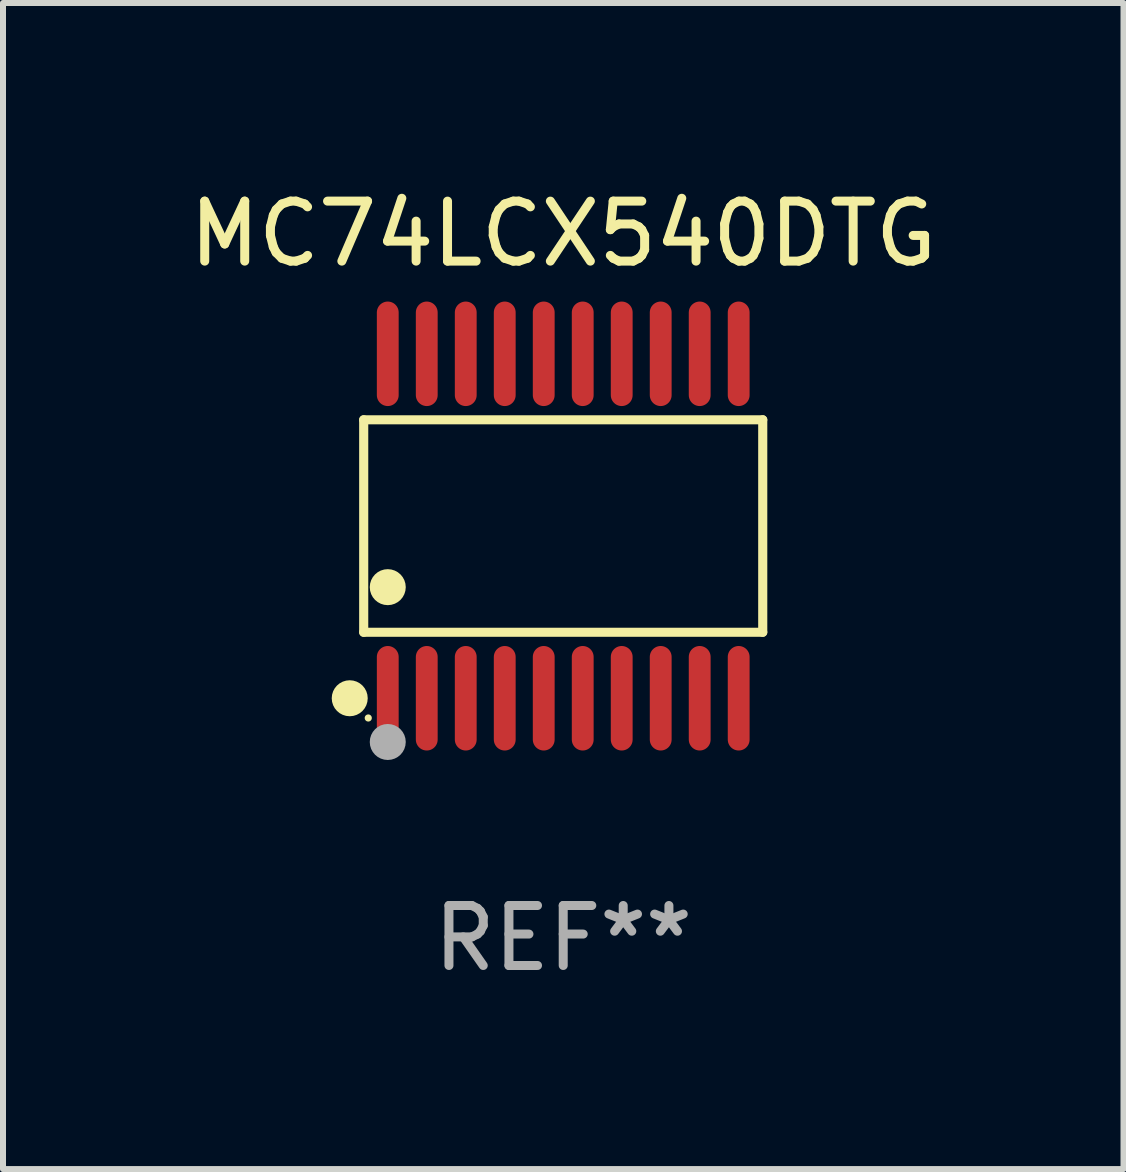
<source format=kicad_pcb>
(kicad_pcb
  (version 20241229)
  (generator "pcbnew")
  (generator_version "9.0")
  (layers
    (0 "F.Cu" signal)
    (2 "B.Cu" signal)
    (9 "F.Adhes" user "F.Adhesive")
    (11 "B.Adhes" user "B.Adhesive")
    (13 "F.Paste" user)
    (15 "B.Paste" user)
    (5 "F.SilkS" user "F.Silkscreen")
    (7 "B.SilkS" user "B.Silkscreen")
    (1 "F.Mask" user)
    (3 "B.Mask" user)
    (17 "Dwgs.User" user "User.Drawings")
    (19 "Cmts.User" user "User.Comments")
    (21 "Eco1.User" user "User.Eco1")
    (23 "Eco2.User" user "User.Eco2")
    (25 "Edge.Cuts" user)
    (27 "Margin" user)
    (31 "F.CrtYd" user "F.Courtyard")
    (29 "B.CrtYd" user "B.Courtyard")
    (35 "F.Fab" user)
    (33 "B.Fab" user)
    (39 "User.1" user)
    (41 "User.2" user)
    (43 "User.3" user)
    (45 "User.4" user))
  (footprint "MC74LCX540DTG"
    (layer "F.Cu")
    (at 6.339 5.719)
    (property "Reference" "MC74LCX540DTG" (at 0 -4.871 0) (layer "F.SilkS") (effects (font (size 1 1) (thickness 0.15))))
    (attr through_hole)
    (fp_line (start -3.326 -1.771) (end 3.326 -1.771) (stroke (width 0.152) (type solid)) (layer "F.SilkS"))
    (fp_line (start -3.326 1.771) (end -3.326 -1.771) (stroke (width 0.152) (type solid)) (layer "F.SilkS"))
    (fp_line (start 3.326 -1.771) (end 3.326 1.771) (stroke (width 0.152) (type solid)) (layer "F.SilkS"))
    (fp_line (start 3.326 1.771) (end -3.326 1.771) (stroke (width 0.152) (type solid)) (layer "F.SilkS"))
    (fp_circle (center -3.559 2.871) (end -3.409 2.871) (stroke (width 0.3) (type solid)) (fill no) (layer "F.SilkS"))
    (fp_circle (center -3.25 3.2) (end -3.22 3.2) (stroke (width 0.06) (type solid)) (fill no) (layer "F.SilkS"))
    (fp_circle (center -2.925 1.019) (end -2.775 1.019) (stroke (width 0.3) (type solid)) (fill no) (layer "F.SilkS"))
    (fp_circle (center -2.925 3.6) (end -2.775 3.6) (stroke (width 0.3) (type solid)) (fill no) (layer "F.Fab"))
    (fp_text user "REF**" (at 0 6.871 0) (layer "F.Fab") (effects (font (size 1 1) (thickness 0.15))))
    (pad "1" smd oval (at -2.925 2.871) (size 0.364 1.742) (layers "F.Cu" "F.Mask" "F.Paste"))
    (pad "2" smd oval (at -2.275 2.871) (size 0.364 1.742) (layers "F.Cu" "F.Mask" "F.Paste"))
    (pad "3" smd oval (at -1.625 2.871) (size 0.364 1.742) (layers "F.Cu" "F.Mask" "F.Paste"))
    (pad "4" smd oval (at -0.975 2.871) (size 0.364 1.742) (layers "F.Cu" "F.Mask" "F.Paste"))
    (pad "5" smd oval (at -0.325 2.871) (size 0.364 1.742) (layers "F.Cu" "F.Mask" "F.Paste"))
    (pad "6" smd oval (at 0.325 2.871) (size 0.364 1.742) (layers "F.Cu" "F.Mask" "F.Paste"))
    (pad "7" smd oval (at 0.975 2.871) (size 0.364 1.742) (layers "F.Cu" "F.Mask" "F.Paste"))
    (pad "8" smd oval (at 1.625 2.871) (size 0.364 1.742) (layers "F.Cu" "F.Mask" "F.Paste"))
    (pad "9" smd oval (at 2.275 2.871) (size 0.364 1.742) (layers "F.Cu" "F.Mask" "F.Paste"))
    (pad "10" smd oval (at 2.925 2.871) (size 0.364 1.742) (layers "F.Cu" "F.Mask" "F.Paste"))
    (pad "11" smd oval (at 2.925 -2.871) (size 0.364 1.742) (layers "F.Cu" "F.Mask" "F.Paste"))
    (pad "12" smd oval (at 2.275 -2.871) (size 0.364 1.742) (layers "F.Cu" "F.Mask" "F.Paste"))
    (pad "13" smd oval (at 1.625 -2.871) (size 0.364 1.742) (layers "F.Cu" "F.Mask" "F.Paste"))
    (pad "14" smd oval (at 0.975 -2.871) (size 0.364 1.742) (layers "F.Cu" "F.Mask" "F.Paste"))
    (pad "15" smd oval (at 0.325 -2.871) (size 0.364 1.742) (layers "F.Cu" "F.Mask" "F.Paste"))
    (pad "16" smd oval (at -0.325 -2.871) (size 0.364 1.742) (layers "F.Cu" "F.Mask" "F.Paste"))
    (pad "17" smd oval (at -0.975 -2.871) (size 0.364 1.742) (layers "F.Cu" "F.Mask" "F.Paste"))
    (pad "18" smd oval (at -1.625 -2.871) (size 0.364 1.742) (layers "F.Cu" "F.Mask" "F.Paste"))
    (pad "19" smd oval (at -2.275 -2.871) (size 0.364 1.742) (layers "F.Cu" "F.Mask" "F.Paste"))
    (pad "20" smd oval (at -2.925 -2.871) (size 0.364 1.742) (layers "F.Cu" "F.Mask" "F.Paste")))
  (gr_rect
    (start -3 -3)
    (end 15.679 16.438)
    (stroke (width 0.1) (type default))
    (fill no)
    (layer "Edge.Cuts")))
</source>
